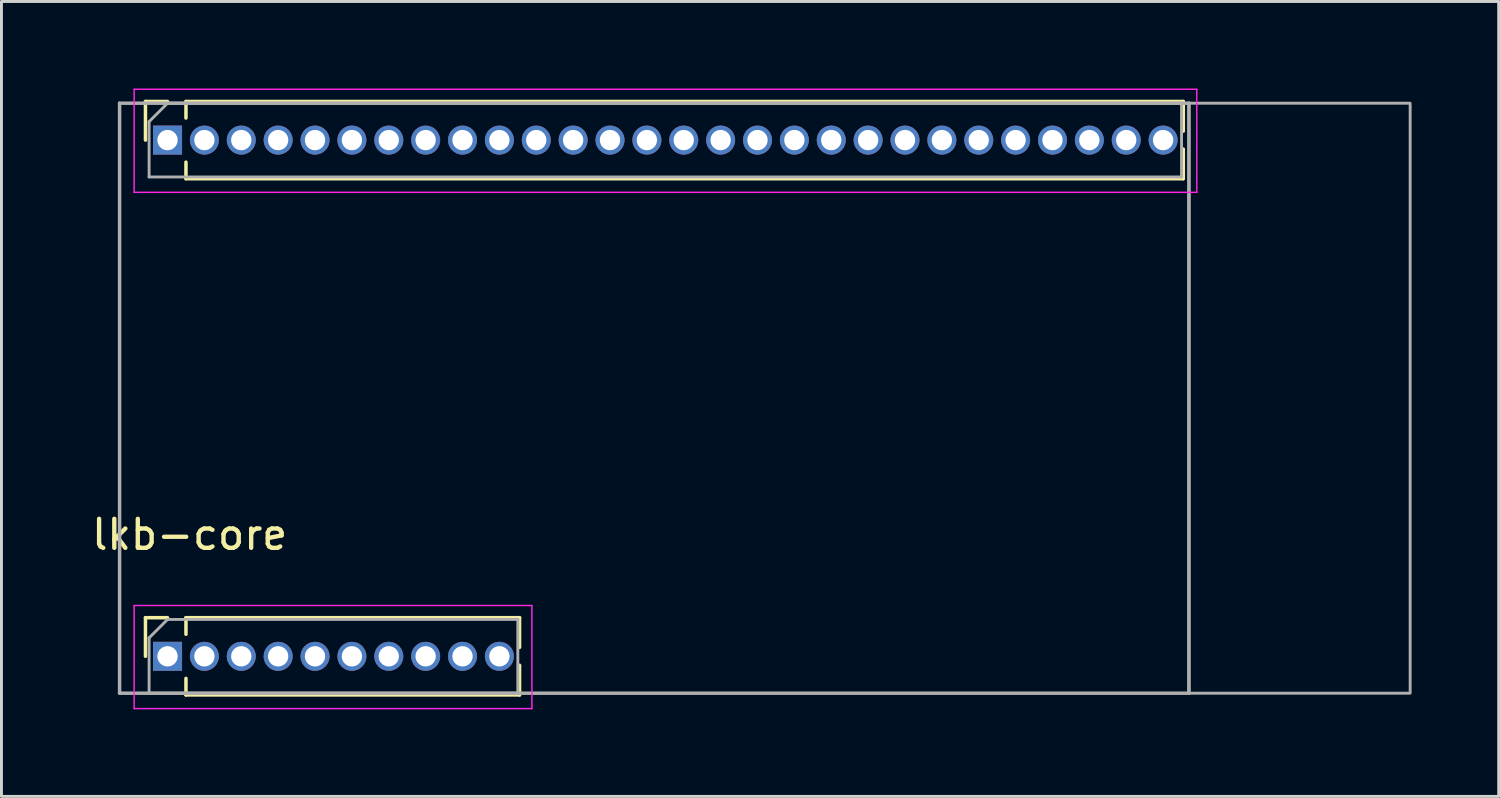
<source format=kicad_pcb>
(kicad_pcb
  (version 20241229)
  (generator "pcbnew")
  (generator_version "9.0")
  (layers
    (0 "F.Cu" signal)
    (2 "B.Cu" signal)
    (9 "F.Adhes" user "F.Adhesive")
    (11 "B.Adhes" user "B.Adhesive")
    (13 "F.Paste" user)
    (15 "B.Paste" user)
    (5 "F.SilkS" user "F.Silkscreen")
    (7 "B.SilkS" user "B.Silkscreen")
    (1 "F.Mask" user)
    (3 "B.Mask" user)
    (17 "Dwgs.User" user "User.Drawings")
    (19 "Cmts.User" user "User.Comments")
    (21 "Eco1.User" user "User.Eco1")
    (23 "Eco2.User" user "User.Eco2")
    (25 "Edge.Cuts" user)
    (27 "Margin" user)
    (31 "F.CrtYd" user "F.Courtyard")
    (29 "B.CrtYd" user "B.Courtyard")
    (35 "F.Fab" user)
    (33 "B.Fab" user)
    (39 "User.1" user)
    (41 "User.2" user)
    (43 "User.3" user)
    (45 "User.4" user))
  (footprint "lkb-core"
    (layer "F.Cu")
    (at 1.069 20.825)
    (property "Reference" "lkb-core" (at 2.413 -5.461 0) (layer "F.SilkS") (effects (font (size 1 1) (thickness 0.15))))
    (attr through_hole)
    (fp_line (start 0.891 -20.38) (end 1.651 -20.38) (stroke (width 0.12) (type solid)) (layer "F.SilkS"))
    (fp_line (start 0.891 -19.05) (end 0.891 -20.38) (stroke (width 0.12) (type solid)) (layer "F.SilkS"))
    (fp_line (start 0.891 -2.6) (end 1.651 -2.6) (stroke (width 0.12) (type solid)) (layer "F.SilkS"))
    (fp_line (start 0.891 -1.27) (end 0.891 -2.6) (stroke (width 0.12) (type solid)) (layer "F.SilkS"))
    (fp_line (start 2.286 -20.38) (end 36.636 -20.38) (stroke (width 0.12) (type solid)) (layer "F.SilkS"))
    (fp_line (start 2.286 -19.81) (end 2.286 -20.38) (stroke (width 0.12) (type solid)) (layer "F.SilkS"))
    (fp_line (start 2.286 -17.72) (end 2.286 -18.29) (stroke (width 0.12) (type solid)) (layer "F.SilkS"))
    (fp_line (start 2.286 -17.72) (end 36.636 -17.72) (stroke (width 0.12) (type solid)) (layer "F.SilkS"))
    (fp_line (start 2.286 -2.6) (end 13.776 -2.6) (stroke (width 0.12) (type solid)) (layer "F.SilkS"))
    (fp_line (start 2.286 -2.03) (end 2.286 -2.6) (stroke (width 0.12) (type solid)) (layer "F.SilkS"))
    (fp_line (start 2.286 0.06) (end 2.286 -0.51) (stroke (width 0.12) (type solid)) (layer "F.SilkS"))
    (fp_line (start 2.286 0.06) (end 13.776 0.06) (stroke (width 0.12) (type solid)) (layer "F.SilkS"))
    (fp_line (start 13.776 -1.578) (end 13.776 -2.6) (stroke (width 0.12) (type solid)) (layer "F.SilkS"))
    (fp_line (start 13.776 0.06) (end 13.776 -0.962) (stroke (width 0.12) (type solid)) (layer "F.SilkS"))
    (fp_line (start 36.636 -19.358) (end 36.636 -20.38) (stroke (width 0.12) (type solid)) (layer "F.SilkS"))
    (fp_line (start 36.636 -17.72) (end 36.636 -18.742) (stroke (width 0.12) (type solid)) (layer "F.SilkS"))
    (fp_line (start 0.501 -20.8) (end 37.101 -20.8) (stroke (width 0.05) (type solid)) (layer "F.CrtYd"))
    (fp_line (start 0.501 -17.25) (end 0.501 -20.8) (stroke (width 0.05) (type solid)) (layer "F.CrtYd"))
    (fp_line (start 0.501 -3.02) (end 14.201 -3.02) (stroke (width 0.05) (type solid)) (layer "F.CrtYd"))
    (fp_line (start 0.501 0.53) (end 0.501 -3.02) (stroke (width 0.05) (type solid)) (layer "F.CrtYd"))
    (fp_line (start 14.201 -3.02) (end 14.201 0.53) (stroke (width 0.05) (type solid)) (layer "F.CrtYd"))
    (fp_line (start 14.201 0.53) (end 0.501 0.53) (stroke (width 0.05) (type solid)) (layer "F.CrtYd"))
    (fp_line (start 37.101 -20.8) (end 37.101 -17.25) (stroke (width 0.05) (type solid)) (layer "F.CrtYd"))
    (fp_line (start 37.101 -17.25) (end 0.501 -17.25) (stroke (width 0.05) (type solid)) (layer "F.CrtYd"))
    (fp_line (start 0 -20.32) (end 36.83 -20.32) (stroke (width 0.12) (type solid)) (layer "F.Fab"))
    (fp_line (start 0 0) (end 0 -20.32) (stroke (width 0.12) (type solid)) (layer "F.Fab"))
    (fp_line (start 1.016 -19.685) (end 1.651 -20.32) (stroke (width 0.1) (type solid)) (layer "F.Fab"))
    (fp_line (start 1.016 -17.78) (end 1.016 -19.685) (stroke (width 0.1) (type solid)) (layer "F.Fab"))
    (fp_line (start 1.016 -1.905) (end 1.651 -2.54) (stroke (width 0.1) (type solid)) (layer "F.Fab"))
    (fp_line (start 1.016 0) (end 1.016 -1.905) (stroke (width 0.1) (type solid)) (layer "F.Fab"))
    (fp_line (start 1.651 -20.32) (end 36.576 -20.32) (stroke (width 0.1) (type solid)) (layer "F.Fab"))
    (fp_line (start 1.651 -2.54) (end 13.716 -2.54) (stroke (width 0.1) (type solid)) (layer "F.Fab"))
    (fp_line (start 13.716 -2.54) (end 13.716 0) (stroke (width 0.1) (type solid)) (layer "F.Fab"))
    (fp_line (start 13.716 0) (end 1.016 0) (stroke (width 0.1) (type solid)) (layer "F.Fab"))
    (fp_line (start 36.576 -20.32) (end 36.576 -17.78) (stroke (width 0.1) (type solid)) (layer "F.Fab"))
    (fp_line (start 36.576 -17.78) (end 1.016 -17.78) (stroke (width 0.1) (type solid)) (layer "F.Fab"))
    (fp_line (start 36.83 -20.32) (end 36.83 0) (stroke (width 0.12) (type solid)) (layer "F.Fab"))
    (fp_line (start 36.83 0) (end 0 0) (stroke (width 0.12) (type solid)) (layer "F.Fab"))
    (fp_poly (pts (xy 36.83 -20.32) (xy 44.45 -20.32) (xy 44.45 0) (xy 36.83 0)) (stroke (width 0.1) (type solid)) (fill no) (layer "F.Fab"))
    (pad "1" thru_hole rect (at 1.651 -19.05 90) (size 1 1) (drill 0.7) (layers "*.Cu" "*.Mask"))
    (pad "2" thru_hole oval (at 2.921 -19.05 90) (size 1 1) (drill 0.7) (layers "*.Cu" "*.Mask"))
    (pad "3" thru_hole oval (at 4.191 -19.05 90) (size 1 1) (drill 0.7) (layers "*.Cu" "*.Mask"))
    (pad "4" thru_hole oval (at 5.461 -19.05 90) (size 1 1) (drill 0.7) (layers "*.Cu" "*.Mask"))
    (pad "5" thru_hole oval (at 6.731 -19.05 90) (size 1 1) (drill 0.7) (layers "*.Cu" "*.Mask"))
    (pad "6" thru_hole oval (at 8.001 -19.05 90) (size 1 1) (drill 0.7) (layers "*.Cu" "*.Mask"))
    (pad "7" thru_hole oval (at 9.271 -19.05 90) (size 1 1) (drill 0.7) (layers "*.Cu" "*.Mask"))
    (pad "8" thru_hole oval (at 10.541 -19.05 90) (size 1 1) (drill 0.7) (layers "*.Cu" "*.Mask"))
    (pad "9" thru_hole oval (at 11.811 -19.05 90) (size 1 1) (drill 0.7) (layers "*.Cu" "*.Mask"))
    (pad "10" thru_hole oval (at 13.081 -19.05 90) (size 1 1) (drill 0.7) (layers "*.Cu" "*.Mask"))
    (pad "11" thru_hole oval (at 14.351 -19.05 90) (size 1 1) (drill 0.7) (layers "*.Cu" "*.Mask"))
    (pad "12" thru_hole oval (at 15.621 -19.05 90) (size 1 1) (drill 0.7) (layers "*.Cu" "*.Mask"))
    (pad "13" thru_hole oval (at 16.891 -19.05 90) (size 1 1) (drill 0.7) (layers "*.Cu" "*.Mask"))
    (pad "14" thru_hole oval (at 18.161 -19.05 90) (size 1 1) (drill 0.7) (layers "*.Cu" "*.Mask"))
    (pad "15" thru_hole oval (at 19.431 -19.05 90) (size 1 1) (drill 0.7) (layers "*.Cu" "*.Mask"))
    (pad "16" thru_hole oval (at 20.701 -19.05 90) (size 1 1) (drill 0.7) (layers "*.Cu" "*.Mask"))
    (pad "17" thru_hole oval (at 21.971 -19.05 90) (size 1 1) (drill 0.7) (layers "*.Cu" "*.Mask"))
    (pad "18" thru_hole oval (at 23.241 -19.05 90) (size 1 1) (drill 0.7) (layers "*.Cu" "*.Mask"))
    (pad "19" thru_hole oval (at 24.511 -19.05 90) (size 1 1) (drill 0.7) (layers "*.Cu" "*.Mask"))
    (pad "20" thru_hole oval (at 25.781 -19.05 90) (size 1 1) (drill 0.7) (layers "*.Cu" "*.Mask"))
    (pad "21" thru_hole oval (at 27.051 -19.05 90) (size 1 1) (drill 0.7) (layers "*.Cu" "*.Mask"))
    (pad "22" thru_hole oval (at 28.321 -19.05 90) (size 1 1) (drill 0.7) (layers "*.Cu" "*.Mask"))
    (pad "23" thru_hole oval (at 29.591 -19.05 90) (size 1 1) (drill 0.7) (layers "*.Cu" "*.Mask"))
    (pad "24" thru_hole oval (at 30.861 -19.05 90) (size 1 1) (drill 0.7) (layers "*.Cu" "*.Mask"))
    (pad "25" thru_hole oval (at 32.131 -19.05 90) (size 1 1) (drill 0.7) (layers "*.Cu" "*.Mask"))
    (pad "26" thru_hole oval (at 33.401 -19.05 90) (size 1 1) (drill 0.7) (layers "*.Cu" "*.Mask"))
    (pad "27" thru_hole oval (at 34.671 -19.05 90) (size 1 1) (drill 0.7) (layers "*.Cu" "*.Mask"))
    (pad "28" thru_hole oval (at 35.941 -19.05 90) (size 1 1) (drill 0.7) (layers "*.Cu" "*.Mask"))
    (pad "29" thru_hole rect (at 1.651 -1.27 90) (size 1 1) (drill 0.7) (layers "*.Cu" "*.Mask"))
    (pad "30" thru_hole oval (at 2.921 -1.27 90) (size 1 1) (drill 0.7) (layers "*.Cu" "*.Mask"))
    (pad "31" thru_hole oval (at 4.191 -1.27 90) (size 1 1) (drill 0.7) (layers "*.Cu" "*.Mask"))
    (pad "32" thru_hole oval (at 5.461 -1.27 90) (size 1 1) (drill 0.7) (layers "*.Cu" "*.Mask"))
    (pad "33" thru_hole oval (at 6.731 -1.27 90) (size 1 1) (drill 0.7) (layers "*.Cu" "*.Mask"))
    (pad "34" thru_hole oval (at 8.001 -1.27 90) (size 1 1) (drill 0.7) (layers "*.Cu" "*.Mask"))
    (pad "35" thru_hole oval (at 9.271 -1.27 90) (size 1 1) (drill 0.7) (layers "*.Cu" "*.Mask"))
    (pad "36" thru_hole oval (at 10.541 -1.27 90) (size 1 1) (drill 0.7) (layers "*.Cu" "*.Mask"))
    (pad "37" thru_hole oval (at 11.811 -1.27 90) (size 1 1) (drill 0.7) (layers "*.Cu" "*.Mask"))
    (pad "38" thru_hole oval (at 13.081 -1.27 90) (size 1 1) (drill 0.7) (layers "*.Cu" "*.Mask")))
  (gr_rect
    (start -3 -3)
    (end 48.569 24.38)
    (stroke (width 0.1) (type default))
    (fill no)
    (layer "Edge.Cuts")))
</source>
